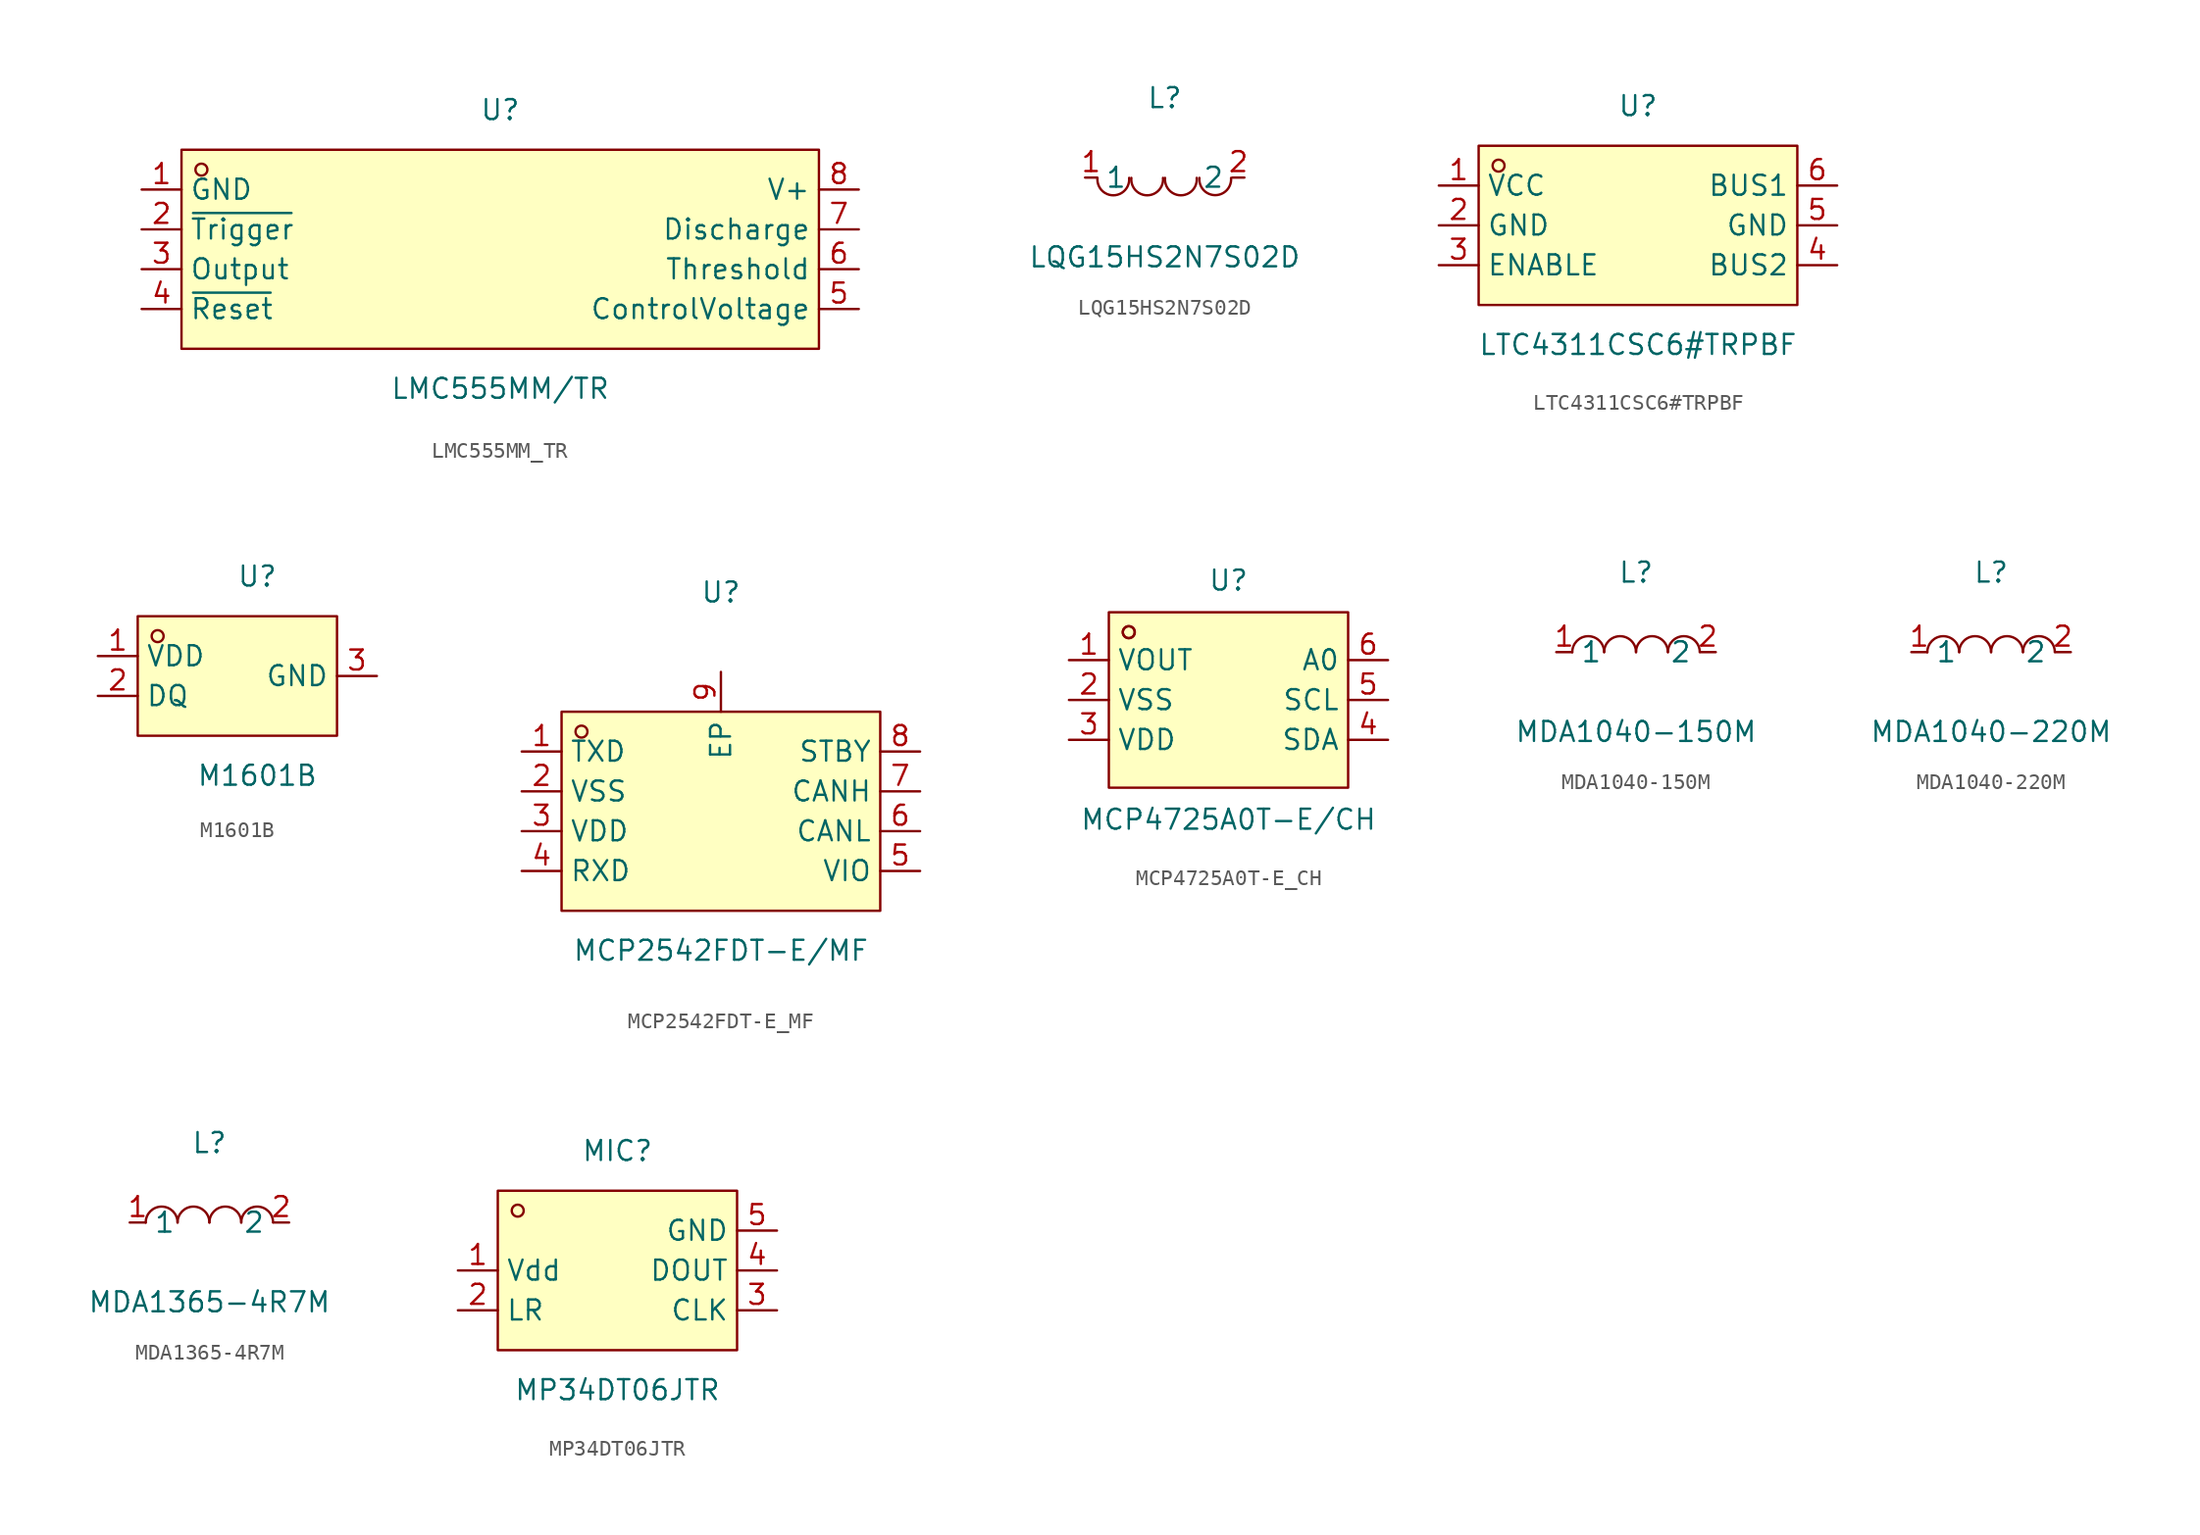
<source format=kicad_sym>
(kicad_symbol_lib
  (version 20231120)
  (generator "kicad_symbol_editor")
  (generator_version "8.0")
  (symbol "LMC555MM_TR"
    (property "Reference" "U"
      (at 0 8.89 0)
      (effects (font (size 1.27 1.27))))
    (property "Value" "LMC555MM/TR"
      (at 0 -8.89 0)
      (effects (font (size 1.27 1.27))))
    (symbol "LMC555MM_TR_0_1"
      (rectangle (start -20.32 6.35) (end 20.32 -6.35) (stroke (width 0) (type default)) (fill (type background)))
      (circle (center -19.05 5.08) (radius 0.38) (stroke (width 0) (type default)) (fill (type none)))
      (pin unspecified line (at -22.86 3.81 0) (length 2.54) (name "GND" (effects (font (size 1.27 1.27)))) (number "1" (effects (font (size 1.27 1.27)))))
      (pin unspecified line (at -22.86 1.27 0) (length 2.54) (name "~{Trigger}" (effects (font (size 1.27 1.27)))) (number "2" (effects (font (size 1.27 1.27)))))
      (pin unspecified line (at -22.86 -1.27 0) (length 2.54) (name "Output" (effects (font (size 1.27 1.27)))) (number "3" (effects (font (size 1.27 1.27)))))
      (pin unspecified line (at -22.86 -3.81 0) (length 2.54) (name "~{Reset}" (effects (font (size 1.27 1.27)))) (number "4" (effects (font (size 1.27 1.27)))))
      (pin unspecified line (at 22.86 -3.81 180) (length 2.54) (name "ControlVoltage" (effects (font (size 1.27 1.27)))) (number "5" (effects (font (size 1.27 1.27)))))
      (pin unspecified line (at 22.86 -1.27 180) (length 2.54) (name "Threshold" (effects (font (size 1.27 1.27)))) (number "6" (effects (font (size 1.27 1.27)))))
      (pin unspecified line (at 22.86 1.27 180) (length 2.54) (name "Discharge" (effects (font (size 1.27 1.27)))) (number "7" (effects (font (size 1.27 1.27)))))
      (pin unspecified line (at 22.86 3.81 180) (length 2.54) (name "V+" (effects (font (size 1.27 1.27)))) (number "8" (effects (font (size 1.27 1.27)))))))
  (symbol "LQG15HS2N7S02D"
    (property "Reference" "L"
      (at 0 5.08 0)
      (effects (font (size 1.27 1.27))))
    (property "Value" "LQG15HS2N7S02D"
      (at 0 -5.08 0)
      (effects (font (size 1.27 1.27))))
    (symbol "LQG15HS2N7S02D_0_1"
      (arc (start -4.29 -0.02) (mid -2.52 -0.79) (end -2.27 -0.02) (stroke (width 0) (type default)) (fill (type none)))
      (arc (start -2.13 -0.02) (mid -0.36 -0.79) (end -0.11 -0.02) (stroke (width 0) (type default)) (fill (type none)))
      (arc (start 0.02 -0.02) (mid 1.79 -0.79) (end 2.04 -0.02) (stroke (width 0) (type default)) (fill (type none)))
      (arc (start 2.21 -0.02) (mid 3.3 -1.12) (end 4.23 -0.02) (stroke (width 0) (type default)) (fill (type none)))
      (pin unspecified line (at -5.08 0 0) (length 0.762) (name "1" (effects (font (size 1.27 1.27)))) (number "1" (effects (font (size 1.27 1.27)))))
      (pin unspecified line (at 5.08 0 180) (length 0.762) (name "2" (effects (font (size 1.27 1.27)))) (number "2" (effects (font (size 1.27 1.27)))))))
  (symbol "LTC4311CSC6#TRPBF"
    (property "Reference" "U"
      (at 0 7.62 0)
      (effects (font (size 1.27 1.27))))
    (property "Value" "LTC4311CSC6#TRPBF"
      (at 0 -7.62 0)
      (effects (font (size 1.27 1.27))))
    (symbol "LTC4311CSC6#TRPBF_0_1"
      (rectangle (start -10.16 5.08) (end 10.16 -5.08) (stroke (width 0) (type default)) (fill (type background)))
      (circle (center -8.89 3.81) (radius 0.38) (stroke (width 0) (type default)) (fill (type none)))
      (pin unspecified line (at -12.7 2.54 0) (length 2.54) (name "VCC" (effects (font (size 1.27 1.27)))) (number "1" (effects (font (size 1.27 1.27)))))
      (pin unspecified line (at -12.7 0 0) (length 2.54) (name "GND" (effects (font (size 1.27 1.27)))) (number "2" (effects (font (size 1.27 1.27)))))
      (pin unspecified line (at -12.7 -2.54 0) (length 2.54) (name "ENABLE" (effects (font (size 1.27 1.27)))) (number "3" (effects (font (size 1.27 1.27)))))
      (pin unspecified line (at 12.7 -2.54 180) (length 2.54) (name "BUS2" (effects (font (size 1.27 1.27)))) (number "4" (effects (font (size 1.27 1.27)))))
      (pin unspecified line (at 12.7 0 180) (length 2.54) (name "GND" (effects (font (size 1.27 1.27)))) (number "5" (effects (font (size 1.27 1.27)))))
      (pin unspecified line (at 12.7 2.54 180) (length 2.54) (name "BUS1" (effects (font (size 1.27 1.27)))) (number "6" (effects (font (size 1.27 1.27)))))))
  (symbol "M1601B"
    (property "Reference" "U"
      (at 0 6.35 0)
      (effects (font (size 1.27 1.27))))
    (property "Value" "M1601B"
      (at 0 -6.35 0)
      (effects (font (size 1.27 1.27))))
    (symbol "M1601B_0_1"
      (rectangle (start -7.62 3.81) (end 5.08 -3.81) (stroke (width 0) (type default) (color 0 0 0 0)) (fill (type background)))
      (circle (center -6.35 2.54) (radius 0.38) (stroke (width 0) (type default) (color 0 0 0 0)) (fill (type none)))
      (pin unspecified line (at 7.62 -0.00 180) (length 2.54) (name "GND" (effects (font (size 1.27 1.27)))) (number "3" (effects (font (size 1.27 1.27)))))
      (pin unspecified line (at -10.16 -1.27 0) (length 2.54) (name "DQ" (effects (font (size 1.27 1.27)))) (number "2" (effects (font (size 1.27 1.27)))))
      (pin unspecified line (at -10.16 1.27 0) (length 2.54) (name "VDD" (effects (font (size 1.27 1.27)))) (number "1" (effects (font (size 1.27 1.27)))))))
  (symbol "MCP2542FDT-E_MF"
    (property "Reference" "U"
      (at 0 12.7 0)
      (effects (font (size 1.27 1.27))))
    (property "Value" "MCP2542FDT-E/MF"
      (at 0 -10.16 0)
      (effects (font (size 1.27 1.27))))
    (symbol "MCP2542FDT-E_MF_0_1"
      (rectangle (start -10.16 5.08) (end 10.16 -7.62) (stroke (width 0) (type default)) (fill (type background)))
      (circle (center -8.89 3.81) (radius 0.38) (stroke (width 0) (type default)) (fill (type none)))
      (pin unspecified line (at -12.7 2.54 0) (length 2.54) (name "TXD" (effects (font (size 1.27 1.27)))) (number "1" (effects (font (size 1.27 1.27)))))
      (pin unspecified line (at -12.7 0 0) (length 2.54) (name "VSS" (effects (font (size 1.27 1.27)))) (number "2" (effects (font (size 1.27 1.27)))))
      (pin unspecified line (at -12.7 -2.54 0) (length 2.54) (name "VDD" (effects (font (size 1.27 1.27)))) (number "3" (effects (font (size 1.27 1.27)))))
      (pin unspecified line (at -12.7 -5.08 0) (length 2.54) (name "RXD" (effects (font (size 1.27 1.27)))) (number "4" (effects (font (size 1.27 1.27)))))
      (pin unspecified line (at 12.7 -5.08 180) (length 2.54) (name "VIO" (effects (font (size 1.27 1.27)))) (number "5" (effects (font (size 1.27 1.27)))))
      (pin unspecified line (at 12.7 -2.54 180) (length 2.54) (name "CANL" (effects (font (size 1.27 1.27)))) (number "6" (effects (font (size 1.27 1.27)))))
      (pin unspecified line (at 12.7 0 180) (length 2.54) (name "CANH" (effects (font (size 1.27 1.27)))) (number "7" (effects (font (size 1.27 1.27)))))
      (pin unspecified line (at 12.7 2.54 180) (length 2.54) (name "STBY" (effects (font (size 1.27 1.27)))) (number "8" (effects (font (size 1.27 1.27)))))
      (pin unspecified line (at 0 7.62 270) (length 2.54) (name "EP" (effects (font (size 1.27 1.27)))) (number "9" (effects (font (size 1.27 1.27)))))))
  (symbol "MCP4725A0T-E_CH"
    (property "Reference" "U"
      (at 0 7.62 0)
      (effects (font (size 1.27 1.27))))
    (property "Value" "MCP4725A0T-E/CH"
      (at 0 -7.62 0)
      (effects (font (size 1.27 1.27))))
    (symbol "MCP4725A0T-E_CH_0_1"
      (rectangle (start -7.62 5.59) (end 7.62 -5.59) (stroke (width 0) (type default)) (fill (type background)))
      (circle (center -6.35 4.32) (radius 0.38) (stroke (width 0) (type default)) (fill (type none)))
      (circle (center -6.35 4.32) (radius 0.38) (stroke (width 0) (type default)) (fill (type none)))
      (pin unspecified line (at -10.16 2.54 0) (length 2.54) (name "VOUT" (effects (font (size 1.27 1.27)))) (number "1" (effects (font (size 1.27 1.27)))))
      (pin unspecified line (at -10.16 0 0) (length 2.54) (name "VSS" (effects (font (size 1.27 1.27)))) (number "2" (effects (font (size 1.27 1.27)))))
      (pin unspecified line (at -10.16 -2.54 0) (length 2.54) (name "VDD" (effects (font (size 1.27 1.27)))) (number "3" (effects (font (size 1.27 1.27)))))
      (pin unspecified line (at 10.16 -2.54 180) (length 2.54) (name "SDA" (effects (font (size 1.27 1.27)))) (number "4" (effects (font (size 1.27 1.27)))))
      (pin unspecified line (at 10.16 0 180) (length 2.54) (name "SCL" (effects (font (size 1.27 1.27)))) (number "5" (effects (font (size 1.27 1.27)))))
      (pin unspecified line (at 10.16 2.54 180) (length 2.54) (name "A0" (effects (font (size 1.27 1.27)))) (number "6" (effects (font (size 1.27 1.27)))))))
  (symbol "MDA1040-150M"
    (property "Reference" "L"
      (at 0 5.08 0)
      (effects (font (size 1.27 1.27))))
    (property "Value" "MDA1040-150M"
      (at 0 -5.08 0)
      (effects (font (size 1.27 1.27))))
    (symbol "MDA1040-150M_0_1"
      (arc (start -2.03 0.01) (mid -3.055 1.013) (end -4.06 -0.01) (stroke (width 0) (type default)) (fill (type none)))
      (arc (start 0 0.01) (mid -1.025 1.013) (end -2.03 -0.01) (stroke (width 0) (type default)) (fill (type none)))
      (arc (start 2.03 0.01) (mid 1.005 1.013) (end 0 -0.01) (stroke (width 0) (type default)) (fill (type none)))
      (arc (start 4.06 0.01) (mid 3.035 1.013) (end 2.03 -0.01) (stroke (width 0) (type default)) (fill (type none)))
      (pin unspecified line (at -5.08 0 0) (length 1.016) (name "1" (effects (font (size 1.27 1.27)))) (number "1" (effects (font (size 1.27 1.27)))))
      (pin unspecified line (at 5.08 0 180) (length 1.016) (name "2" (effects (font (size 1.27 1.27)))) (number "2" (effects (font (size 1.27 1.27)))))))
  (symbol "MDA1040-220M"
    (property "Reference" "L"
      (at 0 5.08 0)
      (effects (font (size 1.27 1.27))))
    (property "Value" "MDA1040-220M"
      (at 0 -5.08 0)
      (effects (font (size 1.27 1.27))))
    (symbol "MDA1040-220M_0_1"
      (arc (start -2.03 0.01) (mid -3.055 1.013) (end -4.06 -0.01) (stroke (width 0) (type default)) (fill (type none)))
      (arc (start 0 0.01) (mid -1.025 1.013) (end -2.03 -0.01) (stroke (width 0) (type default)) (fill (type none)))
      (arc (start 2.03 0.01) (mid 1.005 1.013) (end 0 -0.01) (stroke (width 0) (type default)) (fill (type none)))
      (arc (start 4.06 0.01) (mid 3.035 1.013) (end 2.03 -0.01) (stroke (width 0) (type default)) (fill (type none)))
      (pin unspecified line (at -5.08 0 0) (length 1.016) (name "1" (effects (font (size 1.27 1.27)))) (number "1" (effects (font (size 1.27 1.27)))))
      (pin unspecified line (at 5.08 0 180) (length 1.016) (name "2" (effects (font (size 1.27 1.27)))) (number "2" (effects (font (size 1.27 1.27)))))))
  (symbol "MDA1365-4R7M"
    (property "Reference" "L"
      (at 0 5.08 0)
      (effects (font (size 1.27 1.27))))
    (property "Value" "MDA1365-4R7M"
      (at 0 -5.08 0)
      (effects (font (size 1.27 1.27))))
    (symbol "MDA1365-4R7M_0_1"
      (arc (start -2.03 0.01) (mid -3.055 1.013) (end -4.06 -0.01) (stroke (width 0) (type default)) (fill (type none)))
      (arc (start 0 0.01) (mid -1.025 1.013) (end -2.03 -0.01) (stroke (width 0) (type default)) (fill (type none)))
      (arc (start 2.03 0.01) (mid 1.005 1.013) (end 0 -0.01) (stroke (width 0) (type default)) (fill (type none)))
      (arc (start 4.06 0.01) (mid 3.035 1.013) (end 2.03 -0.01) (stroke (width 0) (type default)) (fill (type none)))
      (pin unspecified line (at -5.08 0 0) (length 1.016) (name "1" (effects (font (size 1.27 1.27)))) (number "1" (effects (font (size 1.27 1.27)))))
      (pin unspecified line (at 5.08 0 180) (length 1.016) (name "2" (effects (font (size 1.27 1.27)))) (number "2" (effects (font (size 1.27 1.27)))))))
  (symbol "MP34DT06JTR"
    (property "Reference" "MIC"
      (at 0 7.62 0)
      (effects (font (size 1.27 1.27))))
    (property "Value" "MP34DT06JTR"
      (at 0 -7.62 0)
      (effects (font (size 1.27 1.27))))
    (symbol "MP34DT06JTR_0_1"
      (rectangle (start -7.62 5.08) (end 7.62 -5.08) (stroke (width 0) (type default)) (fill (type background)))
      (circle (center -6.35 3.81) (radius 0.38) (stroke (width 0) (type default)) (fill (type none)))
      (pin unspecified line (at -10.16 0 0) (length 2.54) (name "Vdd" (effects (font (size 1.27 1.27)))) (number "1" (effects (font (size 1.27 1.27)))))
      (pin unspecified line (at -10.16 -2.54 0) (length 2.54) (name "LR" (effects (font (size 1.27 1.27)))) (number "2" (effects (font (size 1.27 1.27)))))
      (pin unspecified line (at 10.16 -2.54 180) (length 2.54) (name "CLK" (effects (font (size 1.27 1.27)))) (number "3" (effects (font (size 1.27 1.27)))))
      (pin unspecified line (at 10.16 0 180) (length 2.54) (name "DOUT" (effects (font (size 1.27 1.27)))) (number "4" (effects (font (size 1.27 1.27)))))
      (pin unspecified line (at 10.16 2.54 180) (length 2.54) (name "GND" (effects (font (size 1.27 1.27)))) (number "5" (effects (font (size 1.27 1.27))))))))
</source>
